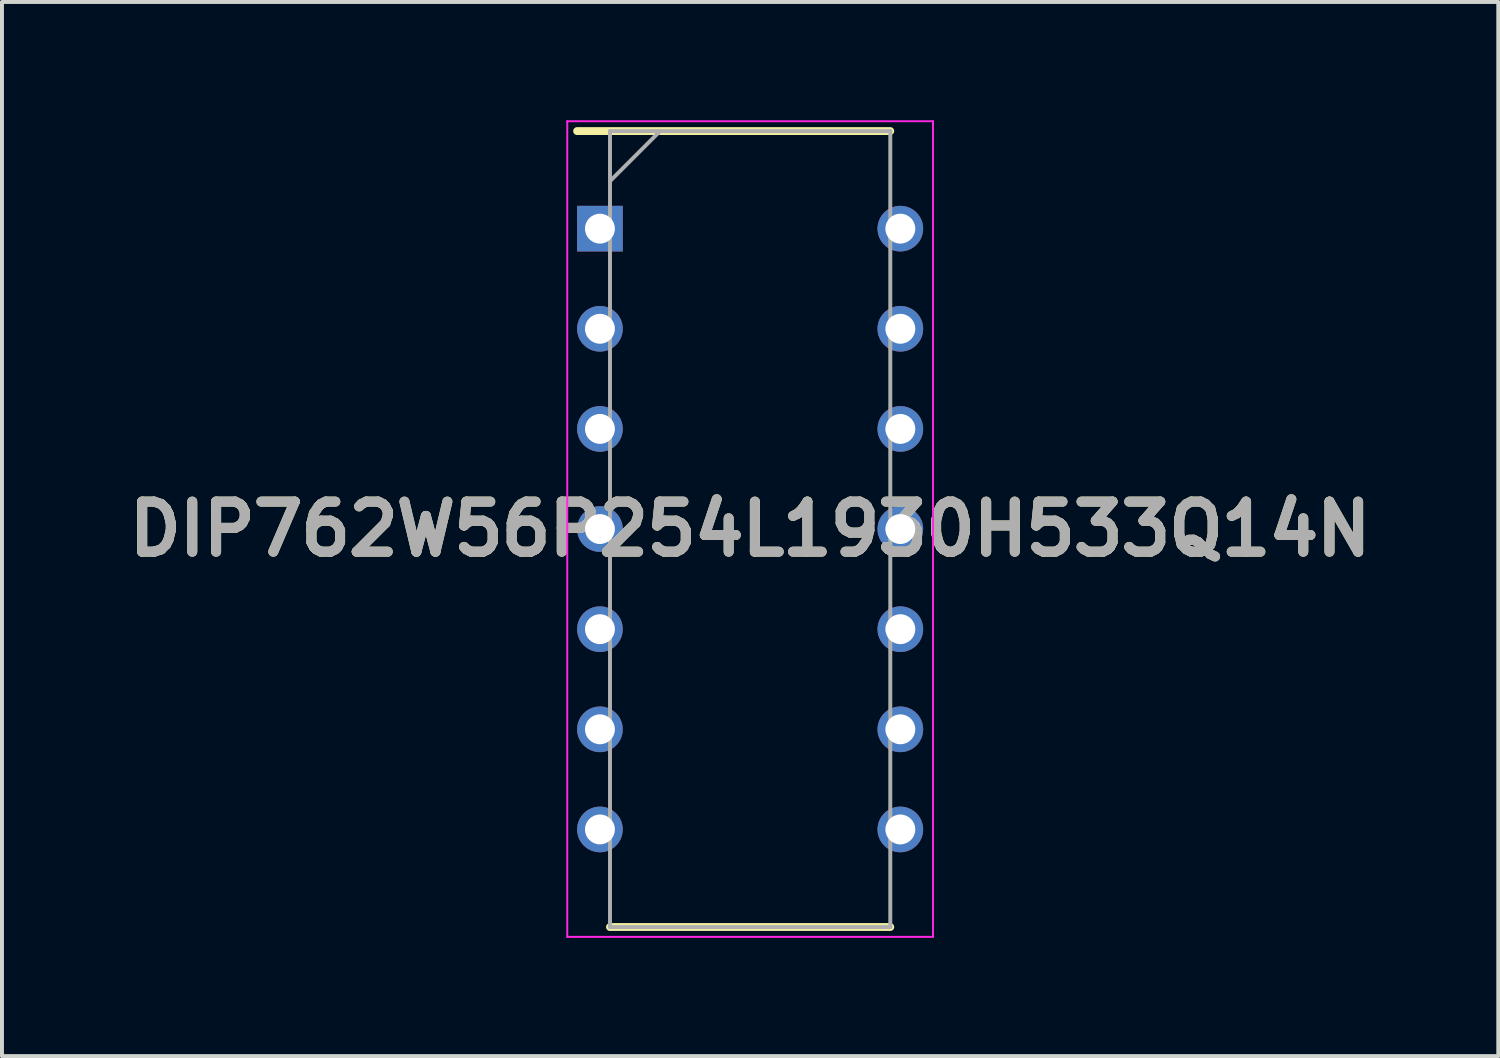
<source format=kicad_pcb>
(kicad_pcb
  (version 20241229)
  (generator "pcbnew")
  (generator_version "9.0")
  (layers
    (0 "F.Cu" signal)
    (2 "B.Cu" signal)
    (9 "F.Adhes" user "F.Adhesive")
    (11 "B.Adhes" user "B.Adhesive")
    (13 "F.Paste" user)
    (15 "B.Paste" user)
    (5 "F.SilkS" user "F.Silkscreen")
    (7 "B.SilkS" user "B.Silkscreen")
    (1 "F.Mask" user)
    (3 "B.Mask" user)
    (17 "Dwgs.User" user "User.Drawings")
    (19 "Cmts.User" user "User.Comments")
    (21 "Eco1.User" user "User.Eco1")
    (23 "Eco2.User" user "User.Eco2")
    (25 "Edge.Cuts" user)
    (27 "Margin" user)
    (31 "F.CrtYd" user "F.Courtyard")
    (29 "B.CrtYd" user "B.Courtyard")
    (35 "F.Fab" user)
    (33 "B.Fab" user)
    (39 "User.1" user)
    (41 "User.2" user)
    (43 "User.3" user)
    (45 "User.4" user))
  (footprint "DIP762W56P254L1930H533Q14N"
    (layer "F.Cu")
    (at 15.978 10.37)
    (property "Reference" "DIP762W56P254L1930H533Q14N" (at 0 0 0) (layer "F.SilkS") (effects (font (size 1.27 1.27) (thickness 0.254))))
    (attr through_hole)
    (fp_line (start -4.389 -10.095) (end 3.555 -10.095) (stroke (width 0.2) (type solid)) (layer "F.SilkS"))
    (fp_line (start -3.555 10.095) (end 3.555 10.095) (stroke (width 0.2) (type solid)) (layer "F.SilkS"))
    (fp_line (start -4.639 -10.345) (end 4.639 -10.345) (stroke (width 0.05) (type solid)) (layer "F.CrtYd"))
    (fp_line (start -4.639 10.345) (end -4.639 -10.345) (stroke (width 0.05) (type solid)) (layer "F.CrtYd"))
    (fp_line (start 4.639 -10.345) (end 4.639 10.345) (stroke (width 0.05) (type solid)) (layer "F.CrtYd"))
    (fp_line (start 4.639 10.345) (end -4.639 10.345) (stroke (width 0.05) (type solid)) (layer "F.CrtYd"))
    (fp_line (start -3.555 -10.095) (end 3.555 -10.095) (stroke (width 0.1) (type solid)) (layer "F.Fab"))
    (fp_line (start -3.555 -8.825) (end -2.285 -10.095) (stroke (width 0.1) (type solid)) (layer "F.Fab"))
    (fp_line (start -3.555 10.095) (end -3.555 -10.095) (stroke (width 0.1) (type solid)) (layer "F.Fab"))
    (fp_line (start 3.555 -10.095) (end 3.555 10.095) (stroke (width 0.1) (type solid)) (layer "F.Fab"))
    (fp_line (start 3.555 10.095) (end -3.555 10.095) (stroke (width 0.1) (type solid)) (layer "F.Fab"))
    (fp_text user "${REFERENCE}" (at 0 0 0) (layer "F.Fab") (effects (font (size 1.27 1.27) (thickness 0.254))))
    (pad "1" thru_hole rect (at -3.81 -7.62) (size 1.158 1.158) (drill 0.758) (layers "*.Cu" "*.Mask"))
    (pad "2" thru_hole circle (at -3.81 -5.08) (size 1.158 1.158) (drill 0.758) (layers "*.Cu" "*.Mask"))
    (pad "3" thru_hole circle (at -3.81 -2.54) (size 1.158 1.158) (drill 0.758) (layers "*.Cu" "*.Mask"))
    (pad "4" thru_hole circle (at -3.81 0) (size 1.158 1.158) (drill 0.758) (layers "*.Cu" "*.Mask"))
    (pad "5" thru_hole circle (at -3.81 2.54) (size 1.158 1.158) (drill 0.758) (layers "*.Cu" "*.Mask"))
    (pad "6" thru_hole circle (at -3.81 5.08) (size 1.158 1.158) (drill 0.758) (layers "*.Cu" "*.Mask"))
    (pad "7" thru_hole circle (at -3.81 7.62) (size 1.158 1.158) (drill 0.758) (layers "*.Cu" "*.Mask"))
    (pad "8" thru_hole circle (at 3.81 7.62) (size 1.158 1.158) (drill 0.758) (layers "*.Cu" "*.Mask"))
    (pad "9" thru_hole circle (at 3.81 5.08) (size 1.158 1.158) (drill 0.758) (layers "*.Cu" "*.Mask"))
    (pad "10" thru_hole circle (at 3.81 2.54) (size 1.158 1.158) (drill 0.758) (layers "*.Cu" "*.Mask"))
    (pad "11" thru_hole circle (at 3.81 0) (size 1.158 1.158) (drill 0.758) (layers "*.Cu" "*.Mask"))
    (pad "12" thru_hole circle (at 3.81 -2.54) (size 1.158 1.158) (drill 0.758) (layers "*.Cu" "*.Mask"))
    (pad "13" thru_hole circle (at 3.81 -5.08) (size 1.158 1.158) (drill 0.758) (layers "*.Cu" "*.Mask"))
    (pad "14" thru_hole circle (at 3.81 -7.62) (size 1.158 1.158) (drill 0.758) (layers "*.Cu" "*.Mask")))
  (gr_rect
    (start -3 -3)
    (end 34.956 23.74)
    (stroke (width 0.1) (type default))
    (fill no)
    (layer "Edge.Cuts")))
</source>
